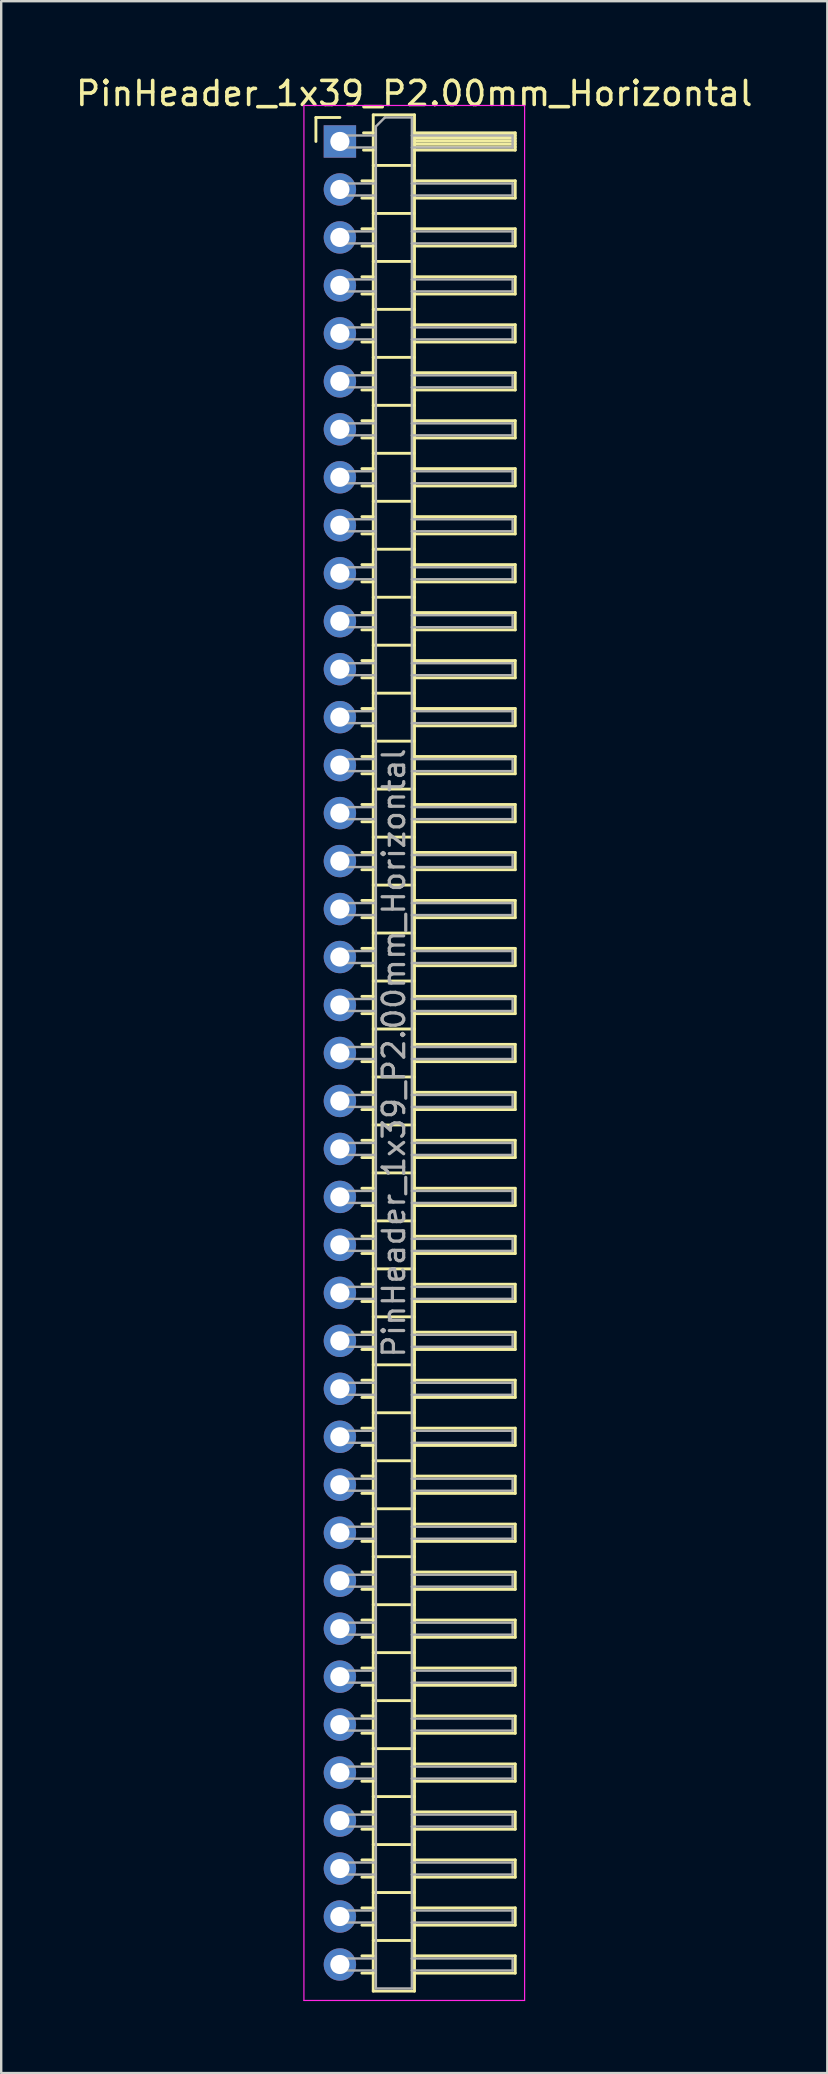
<source format=kicad_pcb>
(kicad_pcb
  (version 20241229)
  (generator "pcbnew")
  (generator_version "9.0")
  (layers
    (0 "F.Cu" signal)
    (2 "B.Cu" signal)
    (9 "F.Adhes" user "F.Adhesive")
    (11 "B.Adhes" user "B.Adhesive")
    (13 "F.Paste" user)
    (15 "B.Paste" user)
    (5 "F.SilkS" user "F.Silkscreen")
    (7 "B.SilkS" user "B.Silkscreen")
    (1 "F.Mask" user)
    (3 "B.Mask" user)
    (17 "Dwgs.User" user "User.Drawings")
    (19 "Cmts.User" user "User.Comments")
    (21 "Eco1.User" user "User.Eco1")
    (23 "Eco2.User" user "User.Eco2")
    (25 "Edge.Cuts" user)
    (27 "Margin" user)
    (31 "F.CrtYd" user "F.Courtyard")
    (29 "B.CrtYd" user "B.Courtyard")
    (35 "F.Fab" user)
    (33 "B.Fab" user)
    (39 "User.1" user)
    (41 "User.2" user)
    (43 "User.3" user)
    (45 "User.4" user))
  (footprint "PinHeader_1x39_P2.00mm_Horizontal"
    (layer "F.Cu")
    (at 11.12 2.848)
    (property "Reference" "PinHeader_1x39_P2.00mm_Horizontal" (at 3.1 -2 0) (layer "F.SilkS") (effects (font (size 1 1) (thickness 0.15))))
    (attr through_hole)
    (fp_line (start -1 -1) (end 0 -1) (stroke (width 0.12) (type solid)) (layer "F.SilkS"))
    (fp_line (start -1 0) (end -1 -1) (stroke (width 0.12) (type solid)) (layer "F.SilkS"))
    (fp_line (start 0.917 1.64) (end 1.39 1.64) (stroke (width 0.12) (type solid)) (layer "F.SilkS"))
    (fp_line (start 0.917 2.36) (end 1.39 2.36) (stroke (width 0.12) (type solid)) (layer "F.SilkS"))
    (fp_line (start 0.917 3.64) (end 1.39 3.64) (stroke (width 0.12) (type solid)) (layer "F.SilkS"))
    (fp_line (start 0.917 4.36) (end 1.39 4.36) (stroke (width 0.12) (type solid)) (layer "F.SilkS"))
    (fp_line (start 0.917 5.64) (end 1.39 5.64) (stroke (width 0.12) (type solid)) (layer "F.SilkS"))
    (fp_line (start 0.917 6.36) (end 1.39 6.36) (stroke (width 0.12) (type solid)) (layer "F.SilkS"))
    (fp_line (start 0.917 7.64) (end 1.39 7.64) (stroke (width 0.12) (type solid)) (layer "F.SilkS"))
    (fp_line (start 0.917 8.36) (end 1.39 8.36) (stroke (width 0.12) (type solid)) (layer "F.SilkS"))
    (fp_line (start 0.917 9.64) (end 1.39 9.64) (stroke (width 0.12) (type solid)) (layer "F.SilkS"))
    (fp_line (start 0.917 10.36) (end 1.39 10.36) (stroke (width 0.12) (type solid)) (layer "F.SilkS"))
    (fp_line (start 0.917 11.64) (end 1.39 11.64) (stroke (width 0.12) (type solid)) (layer "F.SilkS"))
    (fp_line (start 0.917 12.36) (end 1.39 12.36) (stroke (width 0.12) (type solid)) (layer "F.SilkS"))
    (fp_line (start 0.917 13.64) (end 1.39 13.64) (stroke (width 0.12) (type solid)) (layer "F.SilkS"))
    (fp_line (start 0.917 14.36) (end 1.39 14.36) (stroke (width 0.12) (type solid)) (layer "F.SilkS"))
    (fp_line (start 0.917 15.64) (end 1.39 15.64) (stroke (width 0.12) (type solid)) (layer "F.SilkS"))
    (fp_line (start 0.917 16.36) (end 1.39 16.36) (stroke (width 0.12) (type solid)) (layer "F.SilkS"))
    (fp_line (start 0.917 17.64) (end 1.39 17.64) (stroke (width 0.12) (type solid)) (layer "F.SilkS"))
    (fp_line (start 0.917 18.36) (end 1.39 18.36) (stroke (width 0.12) (type solid)) (layer "F.SilkS"))
    (fp_line (start 0.917 19.64) (end 1.39 19.64) (stroke (width 0.12) (type solid)) (layer "F.SilkS"))
    (fp_line (start 0.917 20.36) (end 1.39 20.36) (stroke (width 0.12) (type solid)) (layer "F.SilkS"))
    (fp_line (start 0.917 21.64) (end 1.39 21.64) (stroke (width 0.12) (type solid)) (layer "F.SilkS"))
    (fp_line (start 0.917 22.36) (end 1.39 22.36) (stroke (width 0.12) (type solid)) (layer "F.SilkS"))
    (fp_line (start 0.917 23.64) (end 1.39 23.64) (stroke (width 0.12) (type solid)) (layer "F.SilkS"))
    (fp_line (start 0.917 24.36) (end 1.39 24.36) (stroke (width 0.12) (type solid)) (layer "F.SilkS"))
    (fp_line (start 0.917 25.64) (end 1.39 25.64) (stroke (width 0.12) (type solid)) (layer "F.SilkS"))
    (fp_line (start 0.917 26.36) (end 1.39 26.36) (stroke (width 0.12) (type solid)) (layer "F.SilkS"))
    (fp_line (start 0.917 27.64) (end 1.39 27.64) (stroke (width 0.12) (type solid)) (layer "F.SilkS"))
    (fp_line (start 0.917 28.36) (end 1.39 28.36) (stroke (width 0.12) (type solid)) (layer "F.SilkS"))
    (fp_line (start 0.917 29.64) (end 1.39 29.64) (stroke (width 0.12) (type solid)) (layer "F.SilkS"))
    (fp_line (start 0.917 30.36) (end 1.39 30.36) (stroke (width 0.12) (type solid)) (layer "F.SilkS"))
    (fp_line (start 0.917 31.64) (end 1.39 31.64) (stroke (width 0.12) (type solid)) (layer "F.SilkS"))
    (fp_line (start 0.917 32.36) (end 1.39 32.36) (stroke (width 0.12) (type solid)) (layer "F.SilkS"))
    (fp_line (start 0.917 33.64) (end 1.39 33.64) (stroke (width 0.12) (type solid)) (layer "F.SilkS"))
    (fp_line (start 0.917 34.36) (end 1.39 34.36) (stroke (width 0.12) (type solid)) (layer "F.SilkS"))
    (fp_line (start 0.917 35.64) (end 1.39 35.64) (stroke (width 0.12) (type solid)) (layer "F.SilkS"))
    (fp_line (start 0.917 36.36) (end 1.39 36.36) (stroke (width 0.12) (type solid)) (layer "F.SilkS"))
    (fp_line (start 0.917 37.64) (end 1.39 37.64) (stroke (width 0.12) (type solid)) (layer "F.SilkS"))
    (fp_line (start 0.917 38.36) (end 1.39 38.36) (stroke (width 0.12) (type solid)) (layer "F.SilkS"))
    (fp_line (start 0.917 39.64) (end 1.39 39.64) (stroke (width 0.12) (type solid)) (layer "F.SilkS"))
    (fp_line (start 0.917 40.36) (end 1.39 40.36) (stroke (width 0.12) (type solid)) (layer "F.SilkS"))
    (fp_line (start 0.917 41.64) (end 1.39 41.64) (stroke (width 0.12) (type solid)) (layer "F.SilkS"))
    (fp_line (start 0.917 42.36) (end 1.39 42.36) (stroke (width 0.12) (type solid)) (layer "F.SilkS"))
    (fp_line (start 0.917 43.64) (end 1.39 43.64) (stroke (width 0.12) (type solid)) (layer "F.SilkS"))
    (fp_line (start 0.917 44.36) (end 1.39 44.36) (stroke (width 0.12) (type solid)) (layer "F.SilkS"))
    (fp_line (start 0.917 45.64) (end 1.39 45.64) (stroke (width 0.12) (type solid)) (layer "F.SilkS"))
    (fp_line (start 0.917 46.36) (end 1.39 46.36) (stroke (width 0.12) (type solid)) (layer "F.SilkS"))
    (fp_line (start 0.917 47.64) (end 1.39 47.64) (stroke (width 0.12) (type solid)) (layer "F.SilkS"))
    (fp_line (start 0.917 48.36) (end 1.39 48.36) (stroke (width 0.12) (type solid)) (layer "F.SilkS"))
    (fp_line (start 0.917 49.64) (end 1.39 49.64) (stroke (width 0.12) (type solid)) (layer "F.SilkS"))
    (fp_line (start 0.917 50.36) (end 1.39 50.36) (stroke (width 0.12) (type solid)) (layer "F.SilkS"))
    (fp_line (start 0.917 51.64) (end 1.39 51.64) (stroke (width 0.12) (type solid)) (layer "F.SilkS"))
    (fp_line (start 0.917 52.36) (end 1.39 52.36) (stroke (width 0.12) (type solid)) (layer "F.SilkS"))
    (fp_line (start 0.917 53.64) (end 1.39 53.64) (stroke (width 0.12) (type solid)) (layer "F.SilkS"))
    (fp_line (start 0.917 54.36) (end 1.39 54.36) (stroke (width 0.12) (type solid)) (layer "F.SilkS"))
    (fp_line (start 0.917 55.64) (end 1.39 55.64) (stroke (width 0.12) (type solid)) (layer "F.SilkS"))
    (fp_line (start 0.917 56.36) (end 1.39 56.36) (stroke (width 0.12) (type solid)) (layer "F.SilkS"))
    (fp_line (start 0.917 57.64) (end 1.39 57.64) (stroke (width 0.12) (type solid)) (layer "F.SilkS"))
    (fp_line (start 0.917 58.36) (end 1.39 58.36) (stroke (width 0.12) (type solid)) (layer "F.SilkS"))
    (fp_line (start 0.917 59.64) (end 1.39 59.64) (stroke (width 0.12) (type solid)) (layer "F.SilkS"))
    (fp_line (start 0.917 60.36) (end 1.39 60.36) (stroke (width 0.12) (type solid)) (layer "F.SilkS"))
    (fp_line (start 0.917 61.64) (end 1.39 61.64) (stroke (width 0.12) (type solid)) (layer "F.SilkS"))
    (fp_line (start 0.917 62.36) (end 1.39 62.36) (stroke (width 0.12) (type solid)) (layer "F.SilkS"))
    (fp_line (start 0.917 63.64) (end 1.39 63.64) (stroke (width 0.12) (type solid)) (layer "F.SilkS"))
    (fp_line (start 0.917 64.36) (end 1.39 64.36) (stroke (width 0.12) (type solid)) (layer "F.SilkS"))
    (fp_line (start 0.917 65.64) (end 1.39 65.64) (stroke (width 0.12) (type solid)) (layer "F.SilkS"))
    (fp_line (start 0.917 66.36) (end 1.39 66.36) (stroke (width 0.12) (type solid)) (layer "F.SilkS"))
    (fp_line (start 0.917 67.64) (end 1.39 67.64) (stroke (width 0.12) (type solid)) (layer "F.SilkS"))
    (fp_line (start 0.917 68.36) (end 1.39 68.36) (stroke (width 0.12) (type solid)) (layer "F.SilkS"))
    (fp_line (start 0.917 69.64) (end 1.39 69.64) (stroke (width 0.12) (type solid)) (layer "F.SilkS"))
    (fp_line (start 0.917 70.36) (end 1.39 70.36) (stroke (width 0.12) (type solid)) (layer "F.SilkS"))
    (fp_line (start 0.917 71.64) (end 1.39 71.64) (stroke (width 0.12) (type solid)) (layer "F.SilkS"))
    (fp_line (start 0.917 72.36) (end 1.39 72.36) (stroke (width 0.12) (type solid)) (layer "F.SilkS"))
    (fp_line (start 0.917 73.64) (end 1.39 73.64) (stroke (width 0.12) (type solid)) (layer "F.SilkS"))
    (fp_line (start 0.917 74.36) (end 1.39 74.36) (stroke (width 0.12) (type solid)) (layer "F.SilkS"))
    (fp_line (start 0.917 75.64) (end 1.39 75.64) (stroke (width 0.12) (type solid)) (layer "F.SilkS"))
    (fp_line (start 0.917 76.36) (end 1.39 76.36) (stroke (width 0.12) (type solid)) (layer "F.SilkS"))
    (fp_line (start 0.985 -0.36) (end 1.39 -0.36) (stroke (width 0.12) (type solid)) (layer "F.SilkS"))
    (fp_line (start 0.985 0.36) (end 1.39 0.36) (stroke (width 0.12) (type solid)) (layer "F.SilkS"))
    (fp_line (start 1.39 -1.11) (end 1.39 77.11) (stroke (width 0.12) (type solid)) (layer "F.SilkS"))
    (fp_line (start 1.39 1) (end 3.11 1) (stroke (width 0.12) (type solid)) (layer "F.SilkS"))
    (fp_line (start 1.39 3) (end 3.11 3) (stroke (width 0.12) (type solid)) (layer "F.SilkS"))
    (fp_line (start 1.39 5) (end 3.11 5) (stroke (width 0.12) (type solid)) (layer "F.SilkS"))
    (fp_line (start 1.39 7) (end 3.11 7) (stroke (width 0.12) (type solid)) (layer "F.SilkS"))
    (fp_line (start 1.39 9) (end 3.11 9) (stroke (width 0.12) (type solid)) (layer "F.SilkS"))
    (fp_line (start 1.39 11) (end 3.11 11) (stroke (width 0.12) (type solid)) (layer "F.SilkS"))
    (fp_line (start 1.39 13) (end 3.11 13) (stroke (width 0.12) (type solid)) (layer "F.SilkS"))
    (fp_line (start 1.39 15) (end 3.11 15) (stroke (width 0.12) (type solid)) (layer "F.SilkS"))
    (fp_line (start 1.39 17) (end 3.11 17) (stroke (width 0.12) (type solid)) (layer "F.SilkS"))
    (fp_line (start 1.39 19) (end 3.11 19) (stroke (width 0.12) (type solid)) (layer "F.SilkS"))
    (fp_line (start 1.39 21) (end 3.11 21) (stroke (width 0.12) (type solid)) (layer "F.SilkS"))
    (fp_line (start 1.39 23) (end 3.11 23) (stroke (width 0.12) (type solid)) (layer "F.SilkS"))
    (fp_line (start 1.39 25) (end 3.11 25) (stroke (width 0.12) (type solid)) (layer "F.SilkS"))
    (fp_line (start 1.39 27) (end 3.11 27) (stroke (width 0.12) (type solid)) (layer "F.SilkS"))
    (fp_line (start 1.39 29) (end 3.11 29) (stroke (width 0.12) (type solid)) (layer "F.SilkS"))
    (fp_line (start 1.39 31) (end 3.11 31) (stroke (width 0.12) (type solid)) (layer "F.SilkS"))
    (fp_line (start 1.39 33) (end 3.11 33) (stroke (width 0.12) (type solid)) (layer "F.SilkS"))
    (fp_line (start 1.39 35) (end 3.11 35) (stroke (width 0.12) (type solid)) (layer "F.SilkS"))
    (fp_line (start 1.39 37) (end 3.11 37) (stroke (width 0.12) (type solid)) (layer "F.SilkS"))
    (fp_line (start 1.39 39) (end 3.11 39) (stroke (width 0.12) (type solid)) (layer "F.SilkS"))
    (fp_line (start 1.39 41) (end 3.11 41) (stroke (width 0.12) (type solid)) (layer "F.SilkS"))
    (fp_line (start 1.39 43) (end 3.11 43) (stroke (width 0.12) (type solid)) (layer "F.SilkS"))
    (fp_line (start 1.39 45) (end 3.11 45) (stroke (width 0.12) (type solid)) (layer "F.SilkS"))
    (fp_line (start 1.39 47) (end 3.11 47) (stroke (width 0.12) (type solid)) (layer "F.SilkS"))
    (fp_line (start 1.39 49) (end 3.11 49) (stroke (width 0.12) (type solid)) (layer "F.SilkS"))
    (fp_line (start 1.39 51) (end 3.11 51) (stroke (width 0.12) (type solid)) (layer "F.SilkS"))
    (fp_line (start 1.39 53) (end 3.11 53) (stroke (width 0.12) (type solid)) (layer "F.SilkS"))
    (fp_line (start 1.39 55) (end 3.11 55) (stroke (width 0.12) (type solid)) (layer "F.SilkS"))
    (fp_line (start 1.39 57) (end 3.11 57) (stroke (width 0.12) (type solid)) (layer "F.SilkS"))
    (fp_line (start 1.39 59) (end 3.11 59) (stroke (width 0.12) (type solid)) (layer "F.SilkS"))
    (fp_line (start 1.39 61) (end 3.11 61) (stroke (width 0.12) (type solid)) (layer "F.SilkS"))
    (fp_line (start 1.39 63) (end 3.11 63) (stroke (width 0.12) (type solid)) (layer "F.SilkS"))
    (fp_line (start 1.39 65) (end 3.11 65) (stroke (width 0.12) (type solid)) (layer "F.SilkS"))
    (fp_line (start 1.39 67) (end 3.11 67) (stroke (width 0.12) (type solid)) (layer "F.SilkS"))
    (fp_line (start 1.39 69) (end 3.11 69) (stroke (width 0.12) (type solid)) (layer "F.SilkS"))
    (fp_line (start 1.39 71) (end 3.11 71) (stroke (width 0.12) (type solid)) (layer "F.SilkS"))
    (fp_line (start 1.39 73) (end 3.11 73) (stroke (width 0.12) (type solid)) (layer "F.SilkS"))
    (fp_line (start 1.39 75) (end 3.11 75) (stroke (width 0.12) (type solid)) (layer "F.SilkS"))
    (fp_line (start 1.39 77.11) (end 3.11 77.11) (stroke (width 0.12) (type solid)) (layer "F.SilkS"))
    (fp_line (start 3.11 -1.11) (end 1.39 -1.11) (stroke (width 0.12) (type solid)) (layer "F.SilkS"))
    (fp_line (start 3.11 -0.36) (end 7.31 -0.36) (stroke (width 0.12) (type solid)) (layer "F.SilkS"))
    (fp_line (start 3.11 -0.25) (end 7.31 -0.25) (stroke (width 0.12) (type solid)) (layer "F.SilkS"))
    (fp_line (start 3.11 -0.13) (end 7.31 -0.13) (stroke (width 0.12) (type solid)) (layer "F.SilkS"))
    (fp_line (start 3.11 -0.01) (end 7.31 -0.01) (stroke (width 0.12) (type solid)) (layer "F.SilkS"))
    (fp_line (start 3.11 0.11) (end 7.31 0.11) (stroke (width 0.12) (type solid)) (layer "F.SilkS"))
    (fp_line (start 3.11 0.23) (end 7.31 0.23) (stroke (width 0.12) (type solid)) (layer "F.SilkS"))
    (fp_line (start 3.11 1.64) (end 7.31 1.64) (stroke (width 0.12) (type solid)) (layer "F.SilkS"))
    (fp_line (start 3.11 3.64) (end 7.31 3.64) (stroke (width 0.12) (type solid)) (layer "F.SilkS"))
    (fp_line (start 3.11 5.64) (end 7.31 5.64) (stroke (width 0.12) (type solid)) (layer "F.SilkS"))
    (fp_line (start 3.11 7.64) (end 7.31 7.64) (stroke (width 0.12) (type solid)) (layer "F.SilkS"))
    (fp_line (start 3.11 9.64) (end 7.31 9.64) (stroke (width 0.12) (type solid)) (layer "F.SilkS"))
    (fp_line (start 3.11 11.64) (end 7.31 11.64) (stroke (width 0.12) (type solid)) (layer "F.SilkS"))
    (fp_line (start 3.11 13.64) (end 7.31 13.64) (stroke (width 0.12) (type solid)) (layer "F.SilkS"))
    (fp_line (start 3.11 15.64) (end 7.31 15.64) (stroke (width 0.12) (type solid)) (layer "F.SilkS"))
    (fp_line (start 3.11 17.64) (end 7.31 17.64) (stroke (width 0.12) (type solid)) (layer "F.SilkS"))
    (fp_line (start 3.11 19.64) (end 7.31 19.64) (stroke (width 0.12) (type solid)) (layer "F.SilkS"))
    (fp_line (start 3.11 21.64) (end 7.31 21.64) (stroke (width 0.12) (type solid)) (layer "F.SilkS"))
    (fp_line (start 3.11 23.64) (end 7.31 23.64) (stroke (width 0.12) (type solid)) (layer "F.SilkS"))
    (fp_line (start 3.11 25.64) (end 7.31 25.64) (stroke (width 0.12) (type solid)) (layer "F.SilkS"))
    (fp_line (start 3.11 27.64) (end 7.31 27.64) (stroke (width 0.12) (type solid)) (layer "F.SilkS"))
    (fp_line (start 3.11 29.64) (end 7.31 29.64) (stroke (width 0.12) (type solid)) (layer "F.SilkS"))
    (fp_line (start 3.11 31.64) (end 7.31 31.64) (stroke (width 0.12) (type solid)) (layer "F.SilkS"))
    (fp_line (start 3.11 33.64) (end 7.31 33.64) (stroke (width 0.12) (type solid)) (layer "F.SilkS"))
    (fp_line (start 3.11 35.64) (end 7.31 35.64) (stroke (width 0.12) (type solid)) (layer "F.SilkS"))
    (fp_line (start 3.11 37.64) (end 7.31 37.64) (stroke (width 0.12) (type solid)) (layer "F.SilkS"))
    (fp_line (start 3.11 39.64) (end 7.31 39.64) (stroke (width 0.12) (type solid)) (layer "F.SilkS"))
    (fp_line (start 3.11 41.64) (end 7.31 41.64) (stroke (width 0.12) (type solid)) (layer "F.SilkS"))
    (fp_line (start 3.11 43.64) (end 7.31 43.64) (stroke (width 0.12) (type solid)) (layer "F.SilkS"))
    (fp_line (start 3.11 45.64) (end 7.31 45.64) (stroke (width 0.12) (type solid)) (layer "F.SilkS"))
    (fp_line (start 3.11 47.64) (end 7.31 47.64) (stroke (width 0.12) (type solid)) (layer "F.SilkS"))
    (fp_line (start 3.11 49.64) (end 7.31 49.64) (stroke (width 0.12) (type solid)) (layer "F.SilkS"))
    (fp_line (start 3.11 51.64) (end 7.31 51.64) (stroke (width 0.12) (type solid)) (layer "F.SilkS"))
    (fp_line (start 3.11 53.64) (end 7.31 53.64) (stroke (width 0.12) (type solid)) (layer "F.SilkS"))
    (fp_line (start 3.11 55.64) (end 7.31 55.64) (stroke (width 0.12) (type solid)) (layer "F.SilkS"))
    (fp_line (start 3.11 57.64) (end 7.31 57.64) (stroke (width 0.12) (type solid)) (layer "F.SilkS"))
    (fp_line (start 3.11 59.64) (end 7.31 59.64) (stroke (width 0.12) (type solid)) (layer "F.SilkS"))
    (fp_line (start 3.11 61.64) (end 7.31 61.64) (stroke (width 0.12) (type solid)) (layer "F.SilkS"))
    (fp_line (start 3.11 63.64) (end 7.31 63.64) (stroke (width 0.12) (type solid)) (layer "F.SilkS"))
    (fp_line (start 3.11 65.64) (end 7.31 65.64) (stroke (width 0.12) (type solid)) (layer "F.SilkS"))
    (fp_line (start 3.11 67.64) (end 7.31 67.64) (stroke (width 0.12) (type solid)) (layer "F.SilkS"))
    (fp_line (start 3.11 69.64) (end 7.31 69.64) (stroke (width 0.12) (type solid)) (layer "F.SilkS"))
    (fp_line (start 3.11 71.64) (end 7.31 71.64) (stroke (width 0.12) (type solid)) (layer "F.SilkS"))
    (fp_line (start 3.11 73.64) (end 7.31 73.64) (stroke (width 0.12) (type solid)) (layer "F.SilkS"))
    (fp_line (start 3.11 75.64) (end 7.31 75.64) (stroke (width 0.12) (type solid)) (layer "F.SilkS"))
    (fp_line (start 3.11 77.11) (end 3.11 -1.11) (stroke (width 0.12) (type solid)) (layer "F.SilkS"))
    (fp_line (start 7.31 -0.36) (end 7.31 0.36) (stroke (width 0.12) (type solid)) (layer "F.SilkS"))
    (fp_line (start 7.31 0.36) (end 3.11 0.36) (stroke (width 0.12) (type solid)) (layer "F.SilkS"))
    (fp_line (start 7.31 1.64) (end 7.31 2.36) (stroke (width 0.12) (type solid)) (layer "F.SilkS"))
    (fp_line (start 7.31 2.36) (end 3.11 2.36) (stroke (width 0.12) (type solid)) (layer "F.SilkS"))
    (fp_line (start 7.31 3.64) (end 7.31 4.36) (stroke (width 0.12) (type solid)) (layer "F.SilkS"))
    (fp_line (start 7.31 4.36) (end 3.11 4.36) (stroke (width 0.12) (type solid)) (layer "F.SilkS"))
    (fp_line (start 7.31 5.64) (end 7.31 6.36) (stroke (width 0.12) (type solid)) (layer "F.SilkS"))
    (fp_line (start 7.31 6.36) (end 3.11 6.36) (stroke (width 0.12) (type solid)) (layer "F.SilkS"))
    (fp_line (start 7.31 7.64) (end 7.31 8.36) (stroke (width 0.12) (type solid)) (layer "F.SilkS"))
    (fp_line (start 7.31 8.36) (end 3.11 8.36) (stroke (width 0.12) (type solid)) (layer "F.SilkS"))
    (fp_line (start 7.31 9.64) (end 7.31 10.36) (stroke (width 0.12) (type solid)) (layer "F.SilkS"))
    (fp_line (start 7.31 10.36) (end 3.11 10.36) (stroke (width 0.12) (type solid)) (layer "F.SilkS"))
    (fp_line (start 7.31 11.64) (end 7.31 12.36) (stroke (width 0.12) (type solid)) (layer "F.SilkS"))
    (fp_line (start 7.31 12.36) (end 3.11 12.36) (stroke (width 0.12) (type solid)) (layer "F.SilkS"))
    (fp_line (start 7.31 13.64) (end 7.31 14.36) (stroke (width 0.12) (type solid)) (layer "F.SilkS"))
    (fp_line (start 7.31 14.36) (end 3.11 14.36) (stroke (width 0.12) (type solid)) (layer "F.SilkS"))
    (fp_line (start 7.31 15.64) (end 7.31 16.36) (stroke (width 0.12) (type solid)) (layer "F.SilkS"))
    (fp_line (start 7.31 16.36) (end 3.11 16.36) (stroke (width 0.12) (type solid)) (layer "F.SilkS"))
    (fp_line (start 7.31 17.64) (end 7.31 18.36) (stroke (width 0.12) (type solid)) (layer "F.SilkS"))
    (fp_line (start 7.31 18.36) (end 3.11 18.36) (stroke (width 0.12) (type solid)) (layer "F.SilkS"))
    (fp_line (start 7.31 19.64) (end 7.31 20.36) (stroke (width 0.12) (type solid)) (layer "F.SilkS"))
    (fp_line (start 7.31 20.36) (end 3.11 20.36) (stroke (width 0.12) (type solid)) (layer "F.SilkS"))
    (fp_line (start 7.31 21.64) (end 7.31 22.36) (stroke (width 0.12) (type solid)) (layer "F.SilkS"))
    (fp_line (start 7.31 22.36) (end 3.11 22.36) (stroke (width 0.12) (type solid)) (layer "F.SilkS"))
    (fp_line (start 7.31 23.64) (end 7.31 24.36) (stroke (width 0.12) (type solid)) (layer "F.SilkS"))
    (fp_line (start 7.31 24.36) (end 3.11 24.36) (stroke (width 0.12) (type solid)) (layer "F.SilkS"))
    (fp_line (start 7.31 25.64) (end 7.31 26.36) (stroke (width 0.12) (type solid)) (layer "F.SilkS"))
    (fp_line (start 7.31 26.36) (end 3.11 26.36) (stroke (width 0.12) (type solid)) (layer "F.SilkS"))
    (fp_line (start 7.31 27.64) (end 7.31 28.36) (stroke (width 0.12) (type solid)) (layer "F.SilkS"))
    (fp_line (start 7.31 28.36) (end 3.11 28.36) (stroke (width 0.12) (type solid)) (layer "F.SilkS"))
    (fp_line (start 7.31 29.64) (end 7.31 30.36) (stroke (width 0.12) (type solid)) (layer "F.SilkS"))
    (fp_line (start 7.31 30.36) (end 3.11 30.36) (stroke (width 0.12) (type solid)) (layer "F.SilkS"))
    (fp_line (start 7.31 31.64) (end 7.31 32.36) (stroke (width 0.12) (type solid)) (layer "F.SilkS"))
    (fp_line (start 7.31 32.36) (end 3.11 32.36) (stroke (width 0.12) (type solid)) (layer "F.SilkS"))
    (fp_line (start 7.31 33.64) (end 7.31 34.36) (stroke (width 0.12) (type solid)) (layer "F.SilkS"))
    (fp_line (start 7.31 34.36) (end 3.11 34.36) (stroke (width 0.12) (type solid)) (layer "F.SilkS"))
    (fp_line (start 7.31 35.64) (end 7.31 36.36) (stroke (width 0.12) (type solid)) (layer "F.SilkS"))
    (fp_line (start 7.31 36.36) (end 3.11 36.36) (stroke (width 0.12) (type solid)) (layer "F.SilkS"))
    (fp_line (start 7.31 37.64) (end 7.31 38.36) (stroke (width 0.12) (type solid)) (layer "F.SilkS"))
    (fp_line (start 7.31 38.36) (end 3.11 38.36) (stroke (width 0.12) (type solid)) (layer "F.SilkS"))
    (fp_line (start 7.31 39.64) (end 7.31 40.36) (stroke (width 0.12) (type solid)) (layer "F.SilkS"))
    (fp_line (start 7.31 40.36) (end 3.11 40.36) (stroke (width 0.12) (type solid)) (layer "F.SilkS"))
    (fp_line (start 7.31 41.64) (end 7.31 42.36) (stroke (width 0.12) (type solid)) (layer "F.SilkS"))
    (fp_line (start 7.31 42.36) (end 3.11 42.36) (stroke (width 0.12) (type solid)) (layer "F.SilkS"))
    (fp_line (start 7.31 43.64) (end 7.31 44.36) (stroke (width 0.12) (type solid)) (layer "F.SilkS"))
    (fp_line (start 7.31 44.36) (end 3.11 44.36) (stroke (width 0.12) (type solid)) (layer "F.SilkS"))
    (fp_line (start 7.31 45.64) (end 7.31 46.36) (stroke (width 0.12) (type solid)) (layer "F.SilkS"))
    (fp_line (start 7.31 46.36) (end 3.11 46.36) (stroke (width 0.12) (type solid)) (layer "F.SilkS"))
    (fp_line (start 7.31 47.64) (end 7.31 48.36) (stroke (width 0.12) (type solid)) (layer "F.SilkS"))
    (fp_line (start 7.31 48.36) (end 3.11 48.36) (stroke (width 0.12) (type solid)) (layer "F.SilkS"))
    (fp_line (start 7.31 49.64) (end 7.31 50.36) (stroke (width 0.12) (type solid)) (layer "F.SilkS"))
    (fp_line (start 7.31 50.36) (end 3.11 50.36) (stroke (width 0.12) (type solid)) (layer "F.SilkS"))
    (fp_line (start 7.31 51.64) (end 7.31 52.36) (stroke (width 0.12) (type solid)) (layer "F.SilkS"))
    (fp_line (start 7.31 52.36) (end 3.11 52.36) (stroke (width 0.12) (type solid)) (layer "F.SilkS"))
    (fp_line (start 7.31 53.64) (end 7.31 54.36) (stroke (width 0.12) (type solid)) (layer "F.SilkS"))
    (fp_line (start 7.31 54.36) (end 3.11 54.36) (stroke (width 0.12) (type solid)) (layer "F.SilkS"))
    (fp_line (start 7.31 55.64) (end 7.31 56.36) (stroke (width 0.12) (type solid)) (layer "F.SilkS"))
    (fp_line (start 7.31 56.36) (end 3.11 56.36) (stroke (width 0.12) (type solid)) (layer "F.SilkS"))
    (fp_line (start 7.31 57.64) (end 7.31 58.36) (stroke (width 0.12) (type solid)) (layer "F.SilkS"))
    (fp_line (start 7.31 58.36) (end 3.11 58.36) (stroke (width 0.12) (type solid)) (layer "F.SilkS"))
    (fp_line (start 7.31 59.64) (end 7.31 60.36) (stroke (width 0.12) (type solid)) (layer "F.SilkS"))
    (fp_line (start 7.31 60.36) (end 3.11 60.36) (stroke (width 0.12) (type solid)) (layer "F.SilkS"))
    (fp_line (start 7.31 61.64) (end 7.31 62.36) (stroke (width 0.12) (type solid)) (layer "F.SilkS"))
    (fp_line (start 7.31 62.36) (end 3.11 62.36) (stroke (width 0.12) (type solid)) (layer "F.SilkS"))
    (fp_line (start 7.31 63.64) (end 7.31 64.36) (stroke (width 0.12) (type solid)) (layer "F.SilkS"))
    (fp_line (start 7.31 64.36) (end 3.11 64.36) (stroke (width 0.12) (type solid)) (layer "F.SilkS"))
    (fp_line (start 7.31 65.64) (end 7.31 66.36) (stroke (width 0.12) (type solid)) (layer "F.SilkS"))
    (fp_line (start 7.31 66.36) (end 3.11 66.36) (stroke (width 0.12) (type solid)) (layer "F.SilkS"))
    (fp_line (start 7.31 67.64) (end 7.31 68.36) (stroke (width 0.12) (type solid)) (layer "F.SilkS"))
    (fp_line (start 7.31 68.36) (end 3.11 68.36) (stroke (width 0.12) (type solid)) (layer "F.SilkS"))
    (fp_line (start 7.31 69.64) (end 7.31 70.36) (stroke (width 0.12) (type solid)) (layer "F.SilkS"))
    (fp_line (start 7.31 70.36) (end 3.11 70.36) (stroke (width 0.12) (type solid)) (layer "F.SilkS"))
    (fp_line (start 7.31 71.64) (end 7.31 72.36) (stroke (width 0.12) (type solid)) (layer "F.SilkS"))
    (fp_line (start 7.31 72.36) (end 3.11 72.36) (stroke (width 0.12) (type solid)) (layer "F.SilkS"))
    (fp_line (start 7.31 73.64) (end 7.31 74.36) (stroke (width 0.12) (type solid)) (layer "F.SilkS"))
    (fp_line (start 7.31 74.36) (end 3.11 74.36) (stroke (width 0.12) (type solid)) (layer "F.SilkS"))
    (fp_line (start 7.31 75.64) (end 7.31 76.36) (stroke (width 0.12) (type solid)) (layer "F.SilkS"))
    (fp_line (start 7.31 76.36) (end 3.11 76.36) (stroke (width 0.12) (type solid)) (layer "F.SilkS"))
    (fp_line (start -1.5 -1.5) (end -1.5 77.5) (stroke (width 0.05) (type solid)) (layer "F.CrtYd"))
    (fp_line (start -1.5 77.5) (end 7.7 77.5) (stroke (width 0.05) (type solid)) (layer "F.CrtYd"))
    (fp_line (start 7.7 -1.5) (end -1.5 -1.5) (stroke (width 0.05) (type solid)) (layer "F.CrtYd"))
    (fp_line (start 7.7 77.5) (end 7.7 -1.5) (stroke (width 0.05) (type solid)) (layer "F.CrtYd"))
    (fp_line (start -0.25 -0.25) (end -0.25 0.25) (stroke (width 0.1) (type solid)) (layer "F.Fab"))
    (fp_line (start -0.25 -0.25) (end 1.5 -0.25) (stroke (width 0.1) (type solid)) (layer "F.Fab"))
    (fp_line (start -0.25 0.25) (end 1.5 0.25) (stroke (width 0.1) (type solid)) (layer "F.Fab"))
    (fp_line (start -0.25 1.75) (end -0.25 2.25) (stroke (width 0.1) (type solid)) (layer "F.Fab"))
    (fp_line (start -0.25 1.75) (end 1.5 1.75) (stroke (width 0.1) (type solid)) (layer "F.Fab"))
    (fp_line (start -0.25 2.25) (end 1.5 2.25) (stroke (width 0.1) (type solid)) (layer "F.Fab"))
    (fp_line (start -0.25 3.75) (end -0.25 4.25) (stroke (width 0.1) (type solid)) (layer "F.Fab"))
    (fp_line (start -0.25 3.75) (end 1.5 3.75) (stroke (width 0.1) (type solid)) (layer "F.Fab"))
    (fp_line (start -0.25 4.25) (end 1.5 4.25) (stroke (width 0.1) (type solid)) (layer "F.Fab"))
    (fp_line (start -0.25 5.75) (end -0.25 6.25) (stroke (width 0.1) (type solid)) (layer "F.Fab"))
    (fp_line (start -0.25 5.75) (end 1.5 5.75) (stroke (width 0.1) (type solid)) (layer "F.Fab"))
    (fp_line (start -0.25 6.25) (end 1.5 6.25) (stroke (width 0.1) (type solid)) (layer "F.Fab"))
    (fp_line (start -0.25 7.75) (end -0.25 8.25) (stroke (width 0.1) (type solid)) (layer "F.Fab"))
    (fp_line (start -0.25 7.75) (end 1.5 7.75) (stroke (width 0.1) (type solid)) (layer "F.Fab"))
    (fp_line (start -0.25 8.25) (end 1.5 8.25) (stroke (width 0.1) (type solid)) (layer "F.Fab"))
    (fp_line (start -0.25 9.75) (end -0.25 10.25) (stroke (width 0.1) (type solid)) (layer "F.Fab"))
    (fp_line (start -0.25 9.75) (end 1.5 9.75) (stroke (width 0.1) (type solid)) (layer "F.Fab"))
    (fp_line (start -0.25 10.25) (end 1.5 10.25) (stroke (width 0.1) (type solid)) (layer "F.Fab"))
    (fp_line (start -0.25 11.75) (end -0.25 12.25) (stroke (width 0.1) (type solid)) (layer "F.Fab"))
    (fp_line (start -0.25 11.75) (end 1.5 11.75) (stroke (width 0.1) (type solid)) (layer "F.Fab"))
    (fp_line (start -0.25 12.25) (end 1.5 12.25) (stroke (width 0.1) (type solid)) (layer "F.Fab"))
    (fp_line (start -0.25 13.75) (end -0.25 14.25) (stroke (width 0.1) (type solid)) (layer "F.Fab"))
    (fp_line (start -0.25 13.75) (end 1.5 13.75) (stroke (width 0.1) (type solid)) (layer "F.Fab"))
    (fp_line (start -0.25 14.25) (end 1.5 14.25) (stroke (width 0.1) (type solid)) (layer "F.Fab"))
    (fp_line (start -0.25 15.75) (end -0.25 16.25) (stroke (width 0.1) (type solid)) (layer "F.Fab"))
    (fp_line (start -0.25 15.75) (end 1.5 15.75) (stroke (width 0.1) (type solid)) (layer "F.Fab"))
    (fp_line (start -0.25 16.25) (end 1.5 16.25) (stroke (width 0.1) (type solid)) (layer "F.Fab"))
    (fp_line (start -0.25 17.75) (end -0.25 18.25) (stroke (width 0.1) (type solid)) (layer "F.Fab"))
    (fp_line (start -0.25 17.75) (end 1.5 17.75) (stroke (width 0.1) (type solid)) (layer "F.Fab"))
    (fp_line (start -0.25 18.25) (end 1.5 18.25) (stroke (width 0.1) (type solid)) (layer "F.Fab"))
    (fp_line (start -0.25 19.75) (end -0.25 20.25) (stroke (width 0.1) (type solid)) (layer "F.Fab"))
    (fp_line (start -0.25 19.75) (end 1.5 19.75) (stroke (width 0.1) (type solid)) (layer "F.Fab"))
    (fp_line (start -0.25 20.25) (end 1.5 20.25) (stroke (width 0.1) (type solid)) (layer "F.Fab"))
    (fp_line (start -0.25 21.75) (end -0.25 22.25) (stroke (width 0.1) (type solid)) (layer "F.Fab"))
    (fp_line (start -0.25 21.75) (end 1.5 21.75) (stroke (width 0.1) (type solid)) (layer "F.Fab"))
    (fp_line (start -0.25 22.25) (end 1.5 22.25) (stroke (width 0.1) (type solid)) (layer "F.Fab"))
    (fp_line (start -0.25 23.75) (end -0.25 24.25) (stroke (width 0.1) (type solid)) (layer "F.Fab"))
    (fp_line (start -0.25 23.75) (end 1.5 23.75) (stroke (width 0.1) (type solid)) (layer "F.Fab"))
    (fp_line (start -0.25 24.25) (end 1.5 24.25) (stroke (width 0.1) (type solid)) (layer "F.Fab"))
    (fp_line (start -0.25 25.75) (end -0.25 26.25) (stroke (width 0.1) (type solid)) (layer "F.Fab"))
    (fp_line (start -0.25 25.75) (end 1.5 25.75) (stroke (width 0.1) (type solid)) (layer "F.Fab"))
    (fp_line (start -0.25 26.25) (end 1.5 26.25) (stroke (width 0.1) (type solid)) (layer "F.Fab"))
    (fp_line (start -0.25 27.75) (end -0.25 28.25) (stroke (width 0.1) (type solid)) (layer "F.Fab"))
    (fp_line (start -0.25 27.75) (end 1.5 27.75) (stroke (width 0.1) (type solid)) (layer "F.Fab"))
    (fp_line (start -0.25 28.25) (end 1.5 28.25) (stroke (width 0.1) (type solid)) (layer "F.Fab"))
    (fp_line (start -0.25 29.75) (end -0.25 30.25) (stroke (width 0.1) (type solid)) (layer "F.Fab"))
    (fp_line (start -0.25 29.75) (end 1.5 29.75) (stroke (width 0.1) (type solid)) (layer "F.Fab"))
    (fp_line (start -0.25 30.25) (end 1.5 30.25) (stroke (width 0.1) (type solid)) (layer "F.Fab"))
    (fp_line (start -0.25 31.75) (end -0.25 32.25) (stroke (width 0.1) (type solid)) (layer "F.Fab"))
    (fp_line (start -0.25 31.75) (end 1.5 31.75) (stroke (width 0.1) (type solid)) (layer "F.Fab"))
    (fp_line (start -0.25 32.25) (end 1.5 32.25) (stroke (width 0.1) (type solid)) (layer "F.Fab"))
    (fp_line (start -0.25 33.75) (end -0.25 34.25) (stroke (width 0.1) (type solid)) (layer "F.Fab"))
    (fp_line (start -0.25 33.75) (end 1.5 33.75) (stroke (width 0.1) (type solid)) (layer "F.Fab"))
    (fp_line (start -0.25 34.25) (end 1.5 34.25) (stroke (width 0.1) (type solid)) (layer "F.Fab"))
    (fp_line (start -0.25 35.75) (end -0.25 36.25) (stroke (width 0.1) (type solid)) (layer "F.Fab"))
    (fp_line (start -0.25 35.75) (end 1.5 35.75) (stroke (width 0.1) (type solid)) (layer "F.Fab"))
    (fp_line (start -0.25 36.25) (end 1.5 36.25) (stroke (width 0.1) (type solid)) (layer "F.Fab"))
    (fp_line (start -0.25 37.75) (end -0.25 38.25) (stroke (width 0.1) (type solid)) (layer "F.Fab"))
    (fp_line (start -0.25 37.75) (end 1.5 37.75) (stroke (width 0.1) (type solid)) (layer "F.Fab"))
    (fp_line (start -0.25 38.25) (end 1.5 38.25) (stroke (width 0.1) (type solid)) (layer "F.Fab"))
    (fp_line (start -0.25 39.75) (end -0.25 40.25) (stroke (width 0.1) (type solid)) (layer "F.Fab"))
    (fp_line (start -0.25 39.75) (end 1.5 39.75) (stroke (width 0.1) (type solid)) (layer "F.Fab"))
    (fp_line (start -0.25 40.25) (end 1.5 40.25) (stroke (width 0.1) (type solid)) (layer "F.Fab"))
    (fp_line (start -0.25 41.75) (end -0.25 42.25) (stroke (width 0.1) (type solid)) (layer "F.Fab"))
    (fp_line (start -0.25 41.75) (end 1.5 41.75) (stroke (width 0.1) (type solid)) (layer "F.Fab"))
    (fp_line (start -0.25 42.25) (end 1.5 42.25) (stroke (width 0.1) (type solid)) (layer "F.Fab"))
    (fp_line (start -0.25 43.75) (end -0.25 44.25) (stroke (width 0.1) (type solid)) (layer "F.Fab"))
    (fp_line (start -0.25 43.75) (end 1.5 43.75) (stroke (width 0.1) (type solid)) (layer "F.Fab"))
    (fp_line (start -0.25 44.25) (end 1.5 44.25) (stroke (width 0.1) (type solid)) (layer "F.Fab"))
    (fp_line (start -0.25 45.75) (end -0.25 46.25) (stroke (width 0.1) (type solid)) (layer "F.Fab"))
    (fp_line (start -0.25 45.75) (end 1.5 45.75) (stroke (width 0.1) (type solid)) (layer "F.Fab"))
    (fp_line (start -0.25 46.25) (end 1.5 46.25) (stroke (width 0.1) (type solid)) (layer "F.Fab"))
    (fp_line (start -0.25 47.75) (end -0.25 48.25) (stroke (width 0.1) (type solid)) (layer "F.Fab"))
    (fp_line (start -0.25 47.75) (end 1.5 47.75) (stroke (width 0.1) (type solid)) (layer "F.Fab"))
    (fp_line (start -0.25 48.25) (end 1.5 48.25) (stroke (width 0.1) (type solid)) (layer "F.Fab"))
    (fp_line (start -0.25 49.75) (end -0.25 50.25) (stroke (width 0.1) (type solid)) (layer "F.Fab"))
    (fp_line (start -0.25 49.75) (end 1.5 49.75) (stroke (width 0.1) (type solid)) (layer "F.Fab"))
    (fp_line (start -0.25 50.25) (end 1.5 50.25) (stroke (width 0.1) (type solid)) (layer "F.Fab"))
    (fp_line (start -0.25 51.75) (end -0.25 52.25) (stroke (width 0.1) (type solid)) (layer "F.Fab"))
    (fp_line (start -0.25 51.75) (end 1.5 51.75) (stroke (width 0.1) (type solid)) (layer "F.Fab"))
    (fp_line (start -0.25 52.25) (end 1.5 52.25) (stroke (width 0.1) (type solid)) (layer "F.Fab"))
    (fp_line (start -0.25 53.75) (end -0.25 54.25) (stroke (width 0.1) (type solid)) (layer "F.Fab"))
    (fp_line (start -0.25 53.75) (end 1.5 53.75) (stroke (width 0.1) (type solid)) (layer "F.Fab"))
    (fp_line (start -0.25 54.25) (end 1.5 54.25) (stroke (width 0.1) (type solid)) (layer "F.Fab"))
    (fp_line (start -0.25 55.75) (end -0.25 56.25) (stroke (width 0.1) (type solid)) (layer "F.Fab"))
    (fp_line (start -0.25 55.75) (end 1.5 55.75) (stroke (width 0.1) (type solid)) (layer "F.Fab"))
    (fp_line (start -0.25 56.25) (end 1.5 56.25) (stroke (width 0.1) (type solid)) (layer "F.Fab"))
    (fp_line (start -0.25 57.75) (end -0.25 58.25) (stroke (width 0.1) (type solid)) (layer "F.Fab"))
    (fp_line (start -0.25 57.75) (end 1.5 57.75) (stroke (width 0.1) (type solid)) (layer "F.Fab"))
    (fp_line (start -0.25 58.25) (end 1.5 58.25) (stroke (width 0.1) (type solid)) (layer "F.Fab"))
    (fp_line (start -0.25 59.75) (end -0.25 60.25) (stroke (width 0.1) (type solid)) (layer "F.Fab"))
    (fp_line (start -0.25 59.75) (end 1.5 59.75) (stroke (width 0.1) (type solid)) (layer "F.Fab"))
    (fp_line (start -0.25 60.25) (end 1.5 60.25) (stroke (width 0.1) (type solid)) (layer "F.Fab"))
    (fp_line (start -0.25 61.75) (end -0.25 62.25) (stroke (width 0.1) (type solid)) (layer "F.Fab"))
    (fp_line (start -0.25 61.75) (end 1.5 61.75) (stroke (width 0.1) (type solid)) (layer "F.Fab"))
    (fp_line (start -0.25 62.25) (end 1.5 62.25) (stroke (width 0.1) (type solid)) (layer "F.Fab"))
    (fp_line (start -0.25 63.75) (end -0.25 64.25) (stroke (width 0.1) (type solid)) (layer "F.Fab"))
    (fp_line (start -0.25 63.75) (end 1.5 63.75) (stroke (width 0.1) (type solid)) (layer "F.Fab"))
    (fp_line (start -0.25 64.25) (end 1.5 64.25) (stroke (width 0.1) (type solid)) (layer "F.Fab"))
    (fp_line (start -0.25 65.75) (end -0.25 66.25) (stroke (width 0.1) (type solid)) (layer "F.Fab"))
    (fp_line (start -0.25 65.75) (end 1.5 65.75) (stroke (width 0.1) (type solid)) (layer "F.Fab"))
    (fp_line (start -0.25 66.25) (end 1.5 66.25) (stroke (width 0.1) (type solid)) (layer "F.Fab"))
    (fp_line (start -0.25 67.75) (end -0.25 68.25) (stroke (width 0.1) (type solid)) (layer "F.Fab"))
    (fp_line (start -0.25 67.75) (end 1.5 67.75) (stroke (width 0.1) (type solid)) (layer "F.Fab"))
    (fp_line (start -0.25 68.25) (end 1.5 68.25) (stroke (width 0.1) (type solid)) (layer "F.Fab"))
    (fp_line (start -0.25 69.75) (end -0.25 70.25) (stroke (width 0.1) (type solid)) (layer "F.Fab"))
    (fp_line (start -0.25 69.75) (end 1.5 69.75) (stroke (width 0.1) (type solid)) (layer "F.Fab"))
    (fp_line (start -0.25 70.25) (end 1.5 70.25) (stroke (width 0.1) (type solid)) (layer "F.Fab"))
    (fp_line (start -0.25 71.75) (end -0.25 72.25) (stroke (width 0.1) (type solid)) (layer "F.Fab"))
    (fp_line (start -0.25 71.75) (end 1.5 71.75) (stroke (width 0.1) (type solid)) (layer "F.Fab"))
    (fp_line (start -0.25 72.25) (end 1.5 72.25) (stroke (width 0.1) (type solid)) (layer "F.Fab"))
    (fp_line (start -0.25 73.75) (end -0.25 74.25) (stroke (width 0.1) (type solid)) (layer "F.Fab"))
    (fp_line (start -0.25 73.75) (end 1.5 73.75) (stroke (width 0.1) (type solid)) (layer "F.Fab"))
    (fp_line (start -0.25 74.25) (end 1.5 74.25) (stroke (width 0.1) (type solid)) (layer "F.Fab"))
    (fp_line (start -0.25 75.75) (end -0.25 76.25) (stroke (width 0.1) (type solid)) (layer "F.Fab"))
    (fp_line (start -0.25 75.75) (end 1.5 75.75) (stroke (width 0.1) (type solid)) (layer "F.Fab"))
    (fp_line (start -0.25 76.25) (end 1.5 76.25) (stroke (width 0.1) (type solid)) (layer "F.Fab"))
    (fp_line (start 1.5 -0.625) (end 1.875 -1) (stroke (width 0.1) (type solid)) (layer "F.Fab"))
    (fp_line (start 1.5 77) (end 1.5 -0.625) (stroke (width 0.1) (type solid)) (layer "F.Fab"))
    (fp_line (start 1.875 -1) (end 3 -1) (stroke (width 0.1) (type solid)) (layer "F.Fab"))
    (fp_line (start 3 -1) (end 3 77) (stroke (width 0.1) (type solid)) (layer "F.Fab"))
    (fp_line (start 3 -0.25) (end 7.2 -0.25) (stroke (width 0.1) (type solid)) (layer "F.Fab"))
    (fp_line (start 3 0.25) (end 7.2 0.25) (stroke (width 0.1) (type solid)) (layer "F.Fab"))
    (fp_line (start 3 1.75) (end 7.2 1.75) (stroke (width 0.1) (type solid)) (layer "F.Fab"))
    (fp_line (start 3 2.25) (end 7.2 2.25) (stroke (width 0.1) (type solid)) (layer "F.Fab"))
    (fp_line (start 3 3.75) (end 7.2 3.75) (stroke (width 0.1) (type solid)) (layer "F.Fab"))
    (fp_line (start 3 4.25) (end 7.2 4.25) (stroke (width 0.1) (type solid)) (layer "F.Fab"))
    (fp_line (start 3 5.75) (end 7.2 5.75) (stroke (width 0.1) (type solid)) (layer "F.Fab"))
    (fp_line (start 3 6.25) (end 7.2 6.25) (stroke (width 0.1) (type solid)) (layer "F.Fab"))
    (fp_line (start 3 7.75) (end 7.2 7.75) (stroke (width 0.1) (type solid)) (layer "F.Fab"))
    (fp_line (start 3 8.25) (end 7.2 8.25) (stroke (width 0.1) (type solid)) (layer "F.Fab"))
    (fp_line (start 3 9.75) (end 7.2 9.75) (stroke (width 0.1) (type solid)) (layer "F.Fab"))
    (fp_line (start 3 10.25) (end 7.2 10.25) (stroke (width 0.1) (type solid)) (layer "F.Fab"))
    (fp_line (start 3 11.75) (end 7.2 11.75) (stroke (width 0.1) (type solid)) (layer "F.Fab"))
    (fp_line (start 3 12.25) (end 7.2 12.25) (stroke (width 0.1) (type solid)) (layer "F.Fab"))
    (fp_line (start 3 13.75) (end 7.2 13.75) (stroke (width 0.1) (type solid)) (layer "F.Fab"))
    (fp_line (start 3 14.25) (end 7.2 14.25) (stroke (width 0.1) (type solid)) (layer "F.Fab"))
    (fp_line (start 3 15.75) (end 7.2 15.75) (stroke (width 0.1) (type solid)) (layer "F.Fab"))
    (fp_line (start 3 16.25) (end 7.2 16.25) (stroke (width 0.1) (type solid)) (layer "F.Fab"))
    (fp_line (start 3 17.75) (end 7.2 17.75) (stroke (width 0.1) (type solid)) (layer "F.Fab"))
    (fp_line (start 3 18.25) (end 7.2 18.25) (stroke (width 0.1) (type solid)) (layer "F.Fab"))
    (fp_line (start 3 19.75) (end 7.2 19.75) (stroke (width 0.1) (type solid)) (layer "F.Fab"))
    (fp_line (start 3 20.25) (end 7.2 20.25) (stroke (width 0.1) (type solid)) (layer "F.Fab"))
    (fp_line (start 3 21.75) (end 7.2 21.75) (stroke (width 0.1) (type solid)) (layer "F.Fab"))
    (fp_line (start 3 22.25) (end 7.2 22.25) (stroke (width 0.1) (type solid)) (layer "F.Fab"))
    (fp_line (start 3 23.75) (end 7.2 23.75) (stroke (width 0.1) (type solid)) (layer "F.Fab"))
    (fp_line (start 3 24.25) (end 7.2 24.25) (stroke (width 0.1) (type solid)) (layer "F.Fab"))
    (fp_line (start 3 25.75) (end 7.2 25.75) (stroke (width 0.1) (type solid)) (layer "F.Fab"))
    (fp_line (start 3 26.25) (end 7.2 26.25) (stroke (width 0.1) (type solid)) (layer "F.Fab"))
    (fp_line (start 3 27.75) (end 7.2 27.75) (stroke (width 0.1) (type solid)) (layer "F.Fab"))
    (fp_line (start 3 28.25) (end 7.2 28.25) (stroke (width 0.1) (type solid)) (layer "F.Fab"))
    (fp_line (start 3 29.75) (end 7.2 29.75) (stroke (width 0.1) (type solid)) (layer "F.Fab"))
    (fp_line (start 3 30.25) (end 7.2 30.25) (stroke (width 0.1) (type solid)) (layer "F.Fab"))
    (fp_line (start 3 31.75) (end 7.2 31.75) (stroke (width 0.1) (type solid)) (layer "F.Fab"))
    (fp_line (start 3 32.25) (end 7.2 32.25) (stroke (width 0.1) (type solid)) (layer "F.Fab"))
    (fp_line (start 3 33.75) (end 7.2 33.75) (stroke (width 0.1) (type solid)) (layer "F.Fab"))
    (fp_line (start 3 34.25) (end 7.2 34.25) (stroke (width 0.1) (type solid)) (layer "F.Fab"))
    (fp_line (start 3 35.75) (end 7.2 35.75) (stroke (width 0.1) (type solid)) (layer "F.Fab"))
    (fp_line (start 3 36.25) (end 7.2 36.25) (stroke (width 0.1) (type solid)) (layer "F.Fab"))
    (fp_line (start 3 37.75) (end 7.2 37.75) (stroke (width 0.1) (type solid)) (layer "F.Fab"))
    (fp_line (start 3 38.25) (end 7.2 38.25) (stroke (width 0.1) (type solid)) (layer "F.Fab"))
    (fp_line (start 3 39.75) (end 7.2 39.75) (stroke (width 0.1) (type solid)) (layer "F.Fab"))
    (fp_line (start 3 40.25) (end 7.2 40.25) (stroke (width 0.1) (type solid)) (layer "F.Fab"))
    (fp_line (start 3 41.75) (end 7.2 41.75) (stroke (width 0.1) (type solid)) (layer "F.Fab"))
    (fp_line (start 3 42.25) (end 7.2 42.25) (stroke (width 0.1) (type solid)) (layer "F.Fab"))
    (fp_line (start 3 43.75) (end 7.2 43.75) (stroke (width 0.1) (type solid)) (layer "F.Fab"))
    (fp_line (start 3 44.25) (end 7.2 44.25) (stroke (width 0.1) (type solid)) (layer "F.Fab"))
    (fp_line (start 3 45.75) (end 7.2 45.75) (stroke (width 0.1) (type solid)) (layer "F.Fab"))
    (fp_line (start 3 46.25) (end 7.2 46.25) (stroke (width 0.1) (type solid)) (layer "F.Fab"))
    (fp_line (start 3 47.75) (end 7.2 47.75) (stroke (width 0.1) (type solid)) (layer "F.Fab"))
    (fp_line (start 3 48.25) (end 7.2 48.25) (stroke (width 0.1) (type solid)) (layer "F.Fab"))
    (fp_line (start 3 49.75) (end 7.2 49.75) (stroke (width 0.1) (type solid)) (layer "F.Fab"))
    (fp_line (start 3 50.25) (end 7.2 50.25) (stroke (width 0.1) (type solid)) (layer "F.Fab"))
    (fp_line (start 3 51.75) (end 7.2 51.75) (stroke (width 0.1) (type solid)) (layer "F.Fab"))
    (fp_line (start 3 52.25) (end 7.2 52.25) (stroke (width 0.1) (type solid)) (layer "F.Fab"))
    (fp_line (start 3 53.75) (end 7.2 53.75) (stroke (width 0.1) (type solid)) (layer "F.Fab"))
    (fp_line (start 3 54.25) (end 7.2 54.25) (stroke (width 0.1) (type solid)) (layer "F.Fab"))
    (fp_line (start 3 55.75) (end 7.2 55.75) (stroke (width 0.1) (type solid)) (layer "F.Fab"))
    (fp_line (start 3 56.25) (end 7.2 56.25) (stroke (width 0.1) (type solid)) (layer "F.Fab"))
    (fp_line (start 3 57.75) (end 7.2 57.75) (stroke (width 0.1) (type solid)) (layer "F.Fab"))
    (fp_line (start 3 58.25) (end 7.2 58.25) (stroke (width 0.1) (type solid)) (layer "F.Fab"))
    (fp_line (start 3 59.75) (end 7.2 59.75) (stroke (width 0.1) (type solid)) (layer "F.Fab"))
    (fp_line (start 3 60.25) (end 7.2 60.25) (stroke (width 0.1) (type solid)) (layer "F.Fab"))
    (fp_line (start 3 61.75) (end 7.2 61.75) (stroke (width 0.1) (type solid)) (layer "F.Fab"))
    (fp_line (start 3 62.25) (end 7.2 62.25) (stroke (width 0.1) (type solid)) (layer "F.Fab"))
    (fp_line (start 3 63.75) (end 7.2 63.75) (stroke (width 0.1) (type solid)) (layer "F.Fab"))
    (fp_line (start 3 64.25) (end 7.2 64.25) (stroke (width 0.1) (type solid)) (layer "F.Fab"))
    (fp_line (start 3 65.75) (end 7.2 65.75) (stroke (width 0.1) (type solid)) (layer "F.Fab"))
    (fp_line (start 3 66.25) (end 7.2 66.25) (stroke (width 0.1) (type solid)) (layer "F.Fab"))
    (fp_line (start 3 67.75) (end 7.2 67.75) (stroke (width 0.1) (type solid)) (layer "F.Fab"))
    (fp_line (start 3 68.25) (end 7.2 68.25) (stroke (width 0.1) (type solid)) (layer "F.Fab"))
    (fp_line (start 3 69.75) (end 7.2 69.75) (stroke (width 0.1) (type solid)) (layer "F.Fab"))
    (fp_line (start 3 70.25) (end 7.2 70.25) (stroke (width 0.1) (type solid)) (layer "F.Fab"))
    (fp_line (start 3 71.75) (end 7.2 71.75) (stroke (width 0.1) (type solid)) (layer "F.Fab"))
    (fp_line (start 3 72.25) (end 7.2 72.25) (stroke (width 0.1) (type solid)) (layer "F.Fab"))
    (fp_line (start 3 73.75) (end 7.2 73.75) (stroke (width 0.1) (type solid)) (layer "F.Fab"))
    (fp_line (start 3 74.25) (end 7.2 74.25) (stroke (width 0.1) (type solid)) (layer "F.Fab"))
    (fp_line (start 3 75.75) (end 7.2 75.75) (stroke (width 0.1) (type solid)) (layer "F.Fab"))
    (fp_line (start 3 76.25) (end 7.2 76.25) (stroke (width 0.1) (type solid)) (layer "F.Fab"))
    (fp_line (start 3 77) (end 1.5 77) (stroke (width 0.1) (type solid)) (layer "F.Fab"))
    (fp_line (start 7.2 -0.25) (end 7.2 0.25) (stroke (width 0.1) (type solid)) (layer "F.Fab"))
    (fp_line (start 7.2 1.75) (end 7.2 2.25) (stroke (width 0.1) (type solid)) (layer "F.Fab"))
    (fp_line (start 7.2 3.75) (end 7.2 4.25) (stroke (width 0.1) (type solid)) (layer "F.Fab"))
    (fp_line (start 7.2 5.75) (end 7.2 6.25) (stroke (width 0.1) (type solid)) (layer "F.Fab"))
    (fp_line (start 7.2 7.75) (end 7.2 8.25) (stroke (width 0.1) (type solid)) (layer "F.Fab"))
    (fp_line (start 7.2 9.75) (end 7.2 10.25) (stroke (width 0.1) (type solid)) (layer "F.Fab"))
    (fp_line (start 7.2 11.75) (end 7.2 12.25) (stroke (width 0.1) (type solid)) (layer "F.Fab"))
    (fp_line (start 7.2 13.75) (end 7.2 14.25) (stroke (width 0.1) (type solid)) (layer "F.Fab"))
    (fp_line (start 7.2 15.75) (end 7.2 16.25) (stroke (width 0.1) (type solid)) (layer "F.Fab"))
    (fp_line (start 7.2 17.75) (end 7.2 18.25) (stroke (width 0.1) (type solid)) (layer "F.Fab"))
    (fp_line (start 7.2 19.75) (end 7.2 20.25) (stroke (width 0.1) (type solid)) (layer "F.Fab"))
    (fp_line (start 7.2 21.75) (end 7.2 22.25) (stroke (width 0.1) (type solid)) (layer "F.Fab"))
    (fp_line (start 7.2 23.75) (end 7.2 24.25) (stroke (width 0.1) (type solid)) (layer "F.Fab"))
    (fp_line (start 7.2 25.75) (end 7.2 26.25) (stroke (width 0.1) (type solid)) (layer "F.Fab"))
    (fp_line (start 7.2 27.75) (end 7.2 28.25) (stroke (width 0.1) (type solid)) (layer "F.Fab"))
    (fp_line (start 7.2 29.75) (end 7.2 30.25) (stroke (width 0.1) (type solid)) (layer "F.Fab"))
    (fp_line (start 7.2 31.75) (end 7.2 32.25) (stroke (width 0.1) (type solid)) (layer "F.Fab"))
    (fp_line (start 7.2 33.75) (end 7.2 34.25) (stroke (width 0.1) (type solid)) (layer "F.Fab"))
    (fp_line (start 7.2 35.75) (end 7.2 36.25) (stroke (width 0.1) (type solid)) (layer "F.Fab"))
    (fp_line (start 7.2 37.75) (end 7.2 38.25) (stroke (width 0.1) (type solid)) (layer "F.Fab"))
    (fp_line (start 7.2 39.75) (end 7.2 40.25) (stroke (width 0.1) (type solid)) (layer "F.Fab"))
    (fp_line (start 7.2 41.75) (end 7.2 42.25) (stroke (width 0.1) (type solid)) (layer "F.Fab"))
    (fp_line (start 7.2 43.75) (end 7.2 44.25) (stroke (width 0.1) (type solid)) (layer "F.Fab"))
    (fp_line (start 7.2 45.75) (end 7.2 46.25) (stroke (width 0.1) (type solid)) (layer "F.Fab"))
    (fp_line (start 7.2 47.75) (end 7.2 48.25) (stroke (width 0.1) (type solid)) (layer "F.Fab"))
    (fp_line (start 7.2 49.75) (end 7.2 50.25) (stroke (width 0.1) (type solid)) (layer "F.Fab"))
    (fp_line (start 7.2 51.75) (end 7.2 52.25) (stroke (width 0.1) (type solid)) (layer "F.Fab"))
    (fp_line (start 7.2 53.75) (end 7.2 54.25) (stroke (width 0.1) (type solid)) (layer "F.Fab"))
    (fp_line (start 7.2 55.75) (end 7.2 56.25) (stroke (width 0.1) (type solid)) (layer "F.Fab"))
    (fp_line (start 7.2 57.75) (end 7.2 58.25) (stroke (width 0.1) (type solid)) (layer "F.Fab"))
    (fp_line (start 7.2 59.75) (end 7.2 60.25) (stroke (width 0.1) (type solid)) (layer "F.Fab"))
    (fp_line (start 7.2 61.75) (end 7.2 62.25) (stroke (width 0.1) (type solid)) (layer "F.Fab"))
    (fp_line (start 7.2 63.75) (end 7.2 64.25) (stroke (width 0.1) (type solid)) (layer "F.Fab"))
    (fp_line (start 7.2 65.75) (end 7.2 66.25) (stroke (width 0.1) (type solid)) (layer "F.Fab"))
    (fp_line (start 7.2 67.75) (end 7.2 68.25) (stroke (width 0.1) (type solid)) (layer "F.Fab"))
    (fp_line (start 7.2 69.75) (end 7.2 70.25) (stroke (width 0.1) (type solid)) (layer "F.Fab"))
    (fp_line (start 7.2 71.75) (end 7.2 72.25) (stroke (width 0.1) (type solid)) (layer "F.Fab"))
    (fp_line (start 7.2 73.75) (end 7.2 74.25) (stroke (width 0.1) (type solid)) (layer "F.Fab"))
    (fp_line (start 7.2 75.75) (end 7.2 76.25) (stroke (width 0.1) (type solid)) (layer "F.Fab"))
    (fp_text user "${REFERENCE}" (at 2.25 38 90) (layer "F.Fab") (effects (font (size 0.9 0.9) (thickness 0.135))))
    (pad "1" thru_hole rect (at 0 0) (size 1.35 1.35) (drill 0.8) (layers "*.Cu" "*.Mask"))
    (pad "2" thru_hole circle (at 0 2) (size 1.35 1.35) (drill 0.8) (layers "*.Cu" "*.Mask"))
    (pad "3" thru_hole circle (at 0 4) (size 1.35 1.35) (drill 0.8) (layers "*.Cu" "*.Mask"))
    (pad "4" thru_hole circle (at 0 6) (size 1.35 1.35) (drill 0.8) (layers "*.Cu" "*.Mask"))
    (pad "5" thru_hole circle (at 0 8) (size 1.35 1.35) (drill 0.8) (layers "*.Cu" "*.Mask"))
    (pad "6" thru_hole circle (at 0 10) (size 1.35 1.35) (drill 0.8) (layers "*.Cu" "*.Mask"))
    (pad "7" thru_hole circle (at 0 12) (size 1.35 1.35) (drill 0.8) (layers "*.Cu" "*.Mask"))
    (pad "8" thru_hole circle (at 0 14) (size 1.35 1.35) (drill 0.8) (layers "*.Cu" "*.Mask"))
    (pad "9" thru_hole circle (at 0 16) (size 1.35 1.35) (drill 0.8) (layers "*.Cu" "*.Mask"))
    (pad "10" thru_hole circle (at 0 18) (size 1.35 1.35) (drill 0.8) (layers "*.Cu" "*.Mask"))
    (pad "11" thru_hole circle (at 0 20) (size 1.35 1.35) (drill 0.8) (layers "*.Cu" "*.Mask"))
    (pad "12" thru_hole circle (at 0 22) (size 1.35 1.35) (drill 0.8) (layers "*.Cu" "*.Mask"))
    (pad "13" thru_hole circle (at 0 24) (size 1.35 1.35) (drill 0.8) (layers "*.Cu" "*.Mask"))
    (pad "14" thru_hole circle (at 0 26) (size 1.35 1.35) (drill 0.8) (layers "*.Cu" "*.Mask"))
    (pad "15" thru_hole circle (at 0 28) (size 1.35 1.35) (drill 0.8) (layers "*.Cu" "*.Mask"))
    (pad "16" thru_hole circle (at 0 30) (size 1.35 1.35) (drill 0.8) (layers "*.Cu" "*.Mask"))
    (pad "17" thru_hole circle (at 0 32) (size 1.35 1.35) (drill 0.8) (layers "*.Cu" "*.Mask"))
    (pad "18" thru_hole circle (at 0 34) (size 1.35 1.35) (drill 0.8) (layers "*.Cu" "*.Mask"))
    (pad "19" thru_hole circle (at 0 36) (size 1.35 1.35) (drill 0.8) (layers "*.Cu" "*.Mask"))
    (pad "20" thru_hole circle (at 0 38) (size 1.35 1.35) (drill 0.8) (layers "*.Cu" "*.Mask"))
    (pad "21" thru_hole circle (at 0 40) (size 1.35 1.35) (drill 0.8) (layers "*.Cu" "*.Mask"))
    (pad "22" thru_hole circle (at 0 42) (size 1.35 1.35) (drill 0.8) (layers "*.Cu" "*.Mask"))
    (pad "23" thru_hole circle (at 0 44) (size 1.35 1.35) (drill 0.8) (layers "*.Cu" "*.Mask"))
    (pad "24" thru_hole circle (at 0 46) (size 1.35 1.35) (drill 0.8) (layers "*.Cu" "*.Mask"))
    (pad "25" thru_hole circle (at 0 48) (size 1.35 1.35) (drill 0.8) (layers "*.Cu" "*.Mask"))
    (pad "26" thru_hole circle (at 0 50) (size 1.35 1.35) (drill 0.8) (layers "*.Cu" "*.Mask"))
    (pad "27" thru_hole circle (at 0 52) (size 1.35 1.35) (drill 0.8) (layers "*.Cu" "*.Mask"))
    (pad "28" thru_hole circle (at 0 54) (size 1.35 1.35) (drill 0.8) (layers "*.Cu" "*.Mask"))
    (pad "29" thru_hole circle (at 0 56) (size 1.35 1.35) (drill 0.8) (layers "*.Cu" "*.Mask"))
    (pad "30" thru_hole circle (at 0 58) (size 1.35 1.35) (drill 0.8) (layers "*.Cu" "*.Mask"))
    (pad "31" thru_hole circle (at 0 60) (size 1.35 1.35) (drill 0.8) (layers "*.Cu" "*.Mask"))
    (pad "32" thru_hole circle (at 0 62) (size 1.35 1.35) (drill 0.8) (layers "*.Cu" "*.Mask"))
    (pad "33" thru_hole circle (at 0 64) (size 1.35 1.35) (drill 0.8) (layers "*.Cu" "*.Mask"))
    (pad "34" thru_hole circle (at 0 66) (size 1.35 1.35) (drill 0.8) (layers "*.Cu" "*.Mask"))
    (pad "35" thru_hole circle (at 0 68) (size 1.35 1.35) (drill 0.8) (layers "*.Cu" "*.Mask"))
    (pad "36" thru_hole circle (at 0 70) (size 1.35 1.35) (drill 0.8) (layers "*.Cu" "*.Mask"))
    (pad "37" thru_hole circle (at 0 72) (size 1.35 1.35) (drill 0.8) (layers "*.Cu" "*.Mask"))
    (pad "38" thru_hole circle (at 0 74) (size 1.35 1.35) (drill 0.8) (layers "*.Cu" "*.Mask"))
    (pad "39" thru_hole circle (at 0 76) (size 1.35 1.35) (drill 0.8) (layers "*.Cu" "*.Mask")))
  (gr_rect
    (start -3 -3)
    (end 31.44 83.373)
    (stroke (width 0.1) (type default))
    (fill no)
    (layer "Edge.Cuts")))
</source>
